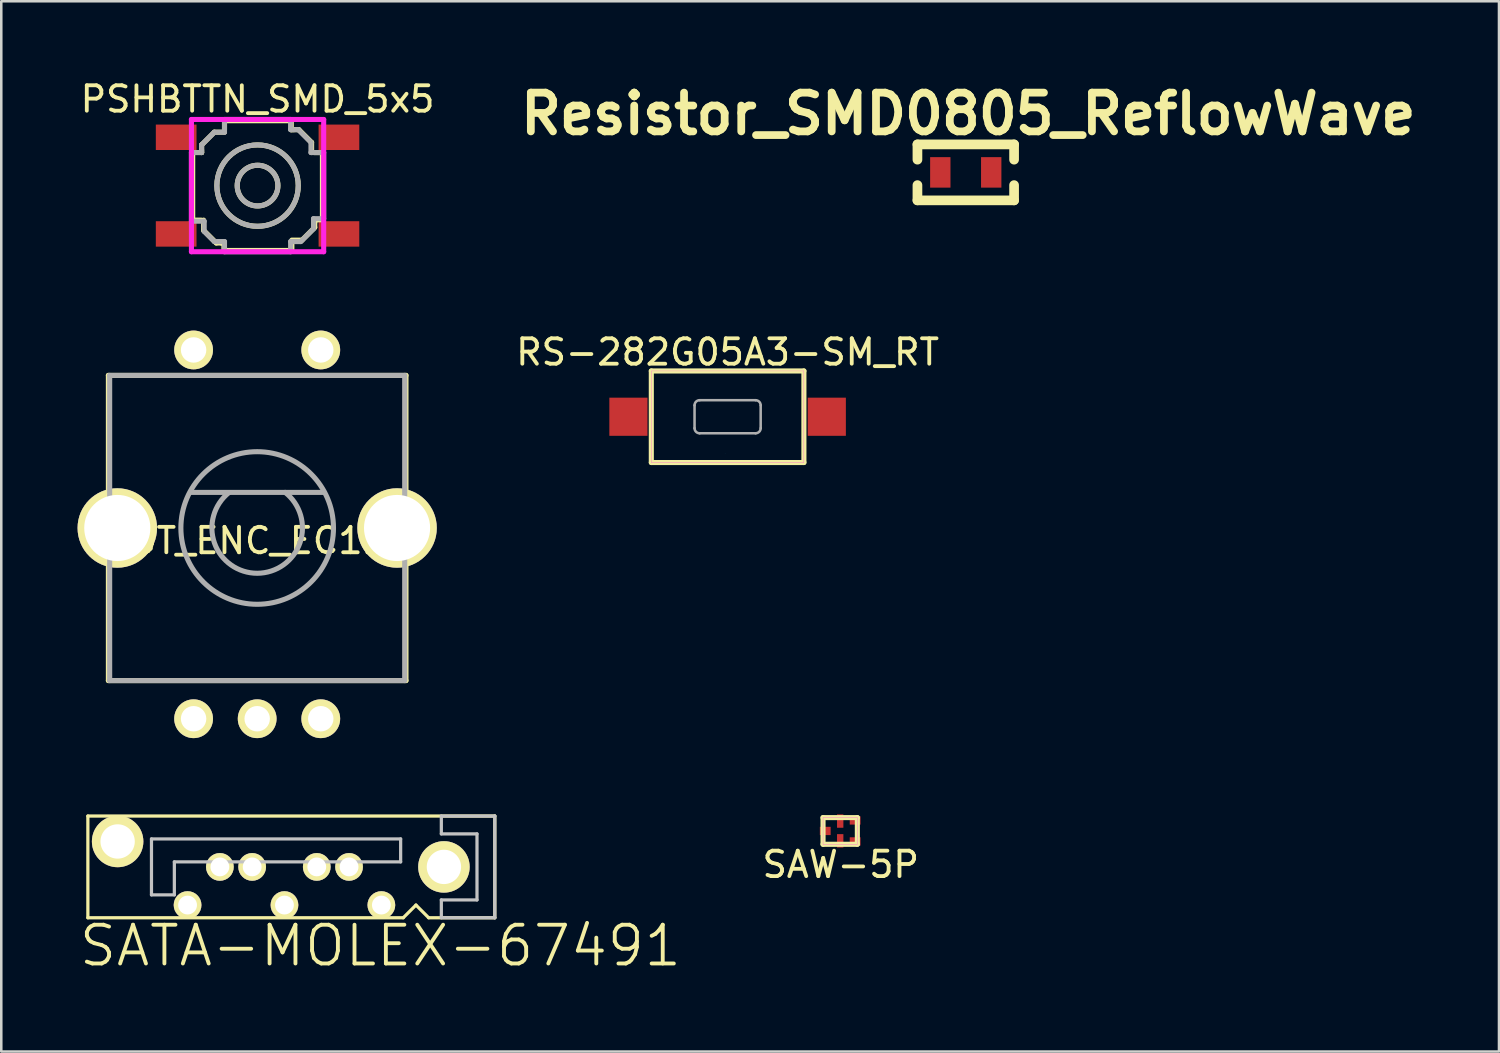
<source format=kicad_pcb>
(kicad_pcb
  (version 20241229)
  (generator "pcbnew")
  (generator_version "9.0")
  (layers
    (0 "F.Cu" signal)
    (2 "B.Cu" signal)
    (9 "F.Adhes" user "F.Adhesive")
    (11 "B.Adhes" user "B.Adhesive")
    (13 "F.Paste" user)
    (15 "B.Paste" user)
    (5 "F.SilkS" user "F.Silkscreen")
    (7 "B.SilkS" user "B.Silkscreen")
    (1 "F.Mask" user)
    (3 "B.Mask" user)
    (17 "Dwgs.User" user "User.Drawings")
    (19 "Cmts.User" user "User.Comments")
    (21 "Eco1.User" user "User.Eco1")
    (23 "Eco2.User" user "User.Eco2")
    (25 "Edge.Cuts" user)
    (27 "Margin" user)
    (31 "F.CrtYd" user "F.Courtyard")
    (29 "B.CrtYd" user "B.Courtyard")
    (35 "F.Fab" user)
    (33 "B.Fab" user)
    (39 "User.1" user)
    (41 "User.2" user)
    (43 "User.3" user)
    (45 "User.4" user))
  (footprint "PSHBTTN_SMD_5x5"
    (layer "F.Cu")
    (at 7.077 4.248)
    (property "Reference" "PSHBTTN_SMD_5x5" (at 0 -3.4 0) (layer "F.SilkS") (effects (font (size 1 1) (thickness 0.15))))
    (attr through_hole)
    (fp_line (start -2.55 1.3) (end -2.55 -1.3) (stroke (width 0.2) (type solid)) (layer "F.SilkS"))
    (fp_line (start -2.522 1.357) (end -2.222 1.357) (stroke (width 0.2) (type solid)) (layer "F.SilkS"))
    (fp_line (start -2.2 -1.6) (end -2.2 -1.3) (stroke (width 0.2) (type solid)) (layer "F.SilkS"))
    (fp_line (start -2.2 -1.4) (end -2.2 -1.3) (stroke (width 0.2) (type solid)) (layer "F.SilkS"))
    (fp_line (start -2.2 -1.3) (end -2.5 -1.3) (stroke (width 0.2) (type solid)) (layer "F.SilkS"))
    (fp_line (start -2.122 1.357) (end -2.122 1.757) (stroke (width 0.2) (type solid)) (layer "F.SilkS"))
    (fp_line (start -2.122 1.757) (end -1.622 2.257) (stroke (width 0.2) (type solid)) (layer "F.SilkS"))
    (fp_line (start -1.7 -2.1) (end -2.2 -1.6) (stroke (width 0.2) (type solid)) (layer "F.SilkS"))
    (fp_line (start -1.622 2.257) (end -1.322 2.257) (stroke (width 0.2) (type solid)) (layer "F.SilkS"))
    (fp_line (start -1.422 2.257) (end -1.322 2.257) (stroke (width 0.2) (type solid)) (layer "F.SilkS"))
    (fp_line (start -1.322 2.257) (end -1.322 2.557) (stroke (width 0.2) (type solid)) (layer "F.SilkS"))
    (fp_line (start -1.3 -2.55) (end 1.3 -2.55) (stroke (width 0.2) (type solid)) (layer "F.SilkS"))
    (fp_line (start -1.3 -2.5) (end -1.3 -2.2) (stroke (width 0.2) (type solid)) (layer "F.SilkS"))
    (fp_line (start -1.3 -2.1) (end -1.7 -2.1) (stroke (width 0.2) (type solid)) (layer "F.SilkS"))
    (fp_line (start -1.3 2.55) (end 1.3 2.55) (stroke (width 0.2) (type solid)) (layer "F.SilkS"))
    (fp_line (start 1.325 -2.199) (end 1.325 -2.499) (stroke (width 0.2) (type solid)) (layer "F.SilkS"))
    (fp_line (start 1.349 2.143) (end 1.749 2.143) (stroke (width 0.2) (type solid)) (layer "F.SilkS"))
    (fp_line (start 1.349 2.543) (end 1.349 2.243) (stroke (width 0.2) (type solid)) (layer "F.SilkS"))
    (fp_line (start 1.425 -2.199) (end 1.325 -2.199) (stroke (width 0.2) (type solid)) (layer "F.SilkS"))
    (fp_line (start 1.625 -2.199) (end 1.325 -2.199) (stroke (width 0.2) (type solid)) (layer "F.SilkS"))
    (fp_line (start 1.749 2.143) (end 2.249 1.643) (stroke (width 0.2) (type solid)) (layer "F.SilkS"))
    (fp_line (start 2.125 -1.699) (end 1.625 -2.199) (stroke (width 0.2) (type solid)) (layer "F.SilkS"))
    (fp_line (start 2.125 -1.299) (end 2.125 -1.699) (stroke (width 0.2) (type solid)) (layer "F.SilkS"))
    (fp_line (start 2.249 1.343) (end 2.549 1.343) (stroke (width 0.2) (type solid)) (layer "F.SilkS"))
    (fp_line (start 2.249 1.443) (end 2.249 1.343) (stroke (width 0.2) (type solid)) (layer "F.SilkS"))
    (fp_line (start 2.249 1.643) (end 2.249 1.343) (stroke (width 0.2) (type solid)) (layer "F.SilkS"))
    (fp_line (start 2.525 -1.299) (end 2.225 -1.299) (stroke (width 0.2) (type solid)) (layer "F.SilkS"))
    (fp_line (start 2.55 1.3) (end 2.55 -1.3) (stroke (width 0.2) (type solid)) (layer "F.SilkS"))
    (fp_circle (center 0 0) (end 0 -1.6) (stroke (width 0.2) (type solid)) (fill no) (layer "F.SilkS"))
    (fp_circle (center 0 0) (end 0 -0.8) (stroke (width 0.2) (type solid)) (fill no) (layer "F.SilkS"))
    (fp_line (start -2.6 -2.6) (end -2.6 2.6) (stroke (width 0.2) (type solid)) (layer "F.CrtYd"))
    (fp_line (start -2.6 2.6) (end 2.6 2.6) (stroke (width 0.2) (type solid)) (layer "F.CrtYd"))
    (fp_line (start 2.6 -2.6) (end -2.6 -2.6) (stroke (width 0.2) (type solid)) (layer "F.CrtYd"))
    (fp_line (start 2.6 2.6) (end 2.6 -2.6) (stroke (width 0.2) (type solid)) (layer "F.CrtYd"))
    (fp_line (start -2.6 -1.3) (end -2.6 1.4) (stroke (width 0.2) (type solid)) (layer "F.Fab"))
    (fp_line (start -2.6 1.4) (end -2.1 1.4) (stroke (width 0.2) (type solid)) (layer "F.Fab"))
    (fp_line (start -2.2 -1.6) (end -2.2 -1.3) (stroke (width 0.2) (type solid)) (layer "F.Fab"))
    (fp_line (start -2.2 -1.3) (end -2.6 -1.3) (stroke (width 0.2) (type solid)) (layer "F.Fab"))
    (fp_line (start -2.1 1.4) (end -2.1 1.8) (stroke (width 0.2) (type solid)) (layer "F.Fab"))
    (fp_line (start -2.1 1.8) (end -1.7 2.2) (stroke (width 0.2) (type solid)) (layer "F.Fab"))
    (fp_line (start -1.7 -2.1) (end -2.2 -1.6) (stroke (width 0.2) (type solid)) (layer "F.Fab"))
    (fp_line (start -1.7 2.2) (end -1.3 2.2) (stroke (width 0.2) (type solid)) (layer "F.Fab"))
    (fp_line (start -1.3 -2.6) (end -1.3 -2.1) (stroke (width 0.2) (type solid)) (layer "F.Fab"))
    (fp_line (start -1.3 -2.1) (end -1.7 -2.1) (stroke (width 0.2) (type solid)) (layer "F.Fab"))
    (fp_line (start -1.3 2.2) (end -1.3 2.6) (stroke (width 0.2) (type solid)) (layer "F.Fab"))
    (fp_line (start -1.3 2.6) (end 1.3 2.6) (stroke (width 0.2) (type solid)) (layer "F.Fab"))
    (fp_line (start 1.3 -2.6) (end -1.3 -2.6) (stroke (width 0.2) (type solid)) (layer "F.Fab"))
    (fp_line (start 1.3 -2.2) (end 1.3 -2.6) (stroke (width 0.2) (type solid)) (layer "F.Fab"))
    (fp_line (start 1.3 2.2) (end 1.7 2.2) (stroke (width 0.2) (type solid)) (layer "F.Fab"))
    (fp_line (start 1.3 2.6) (end 1.3 2.2) (stroke (width 0.2) (type solid)) (layer "F.Fab"))
    (fp_line (start 1.6 -2.2) (end 1.3 -2.2) (stroke (width 0.2) (type solid)) (layer "F.Fab"))
    (fp_line (start 1.7 2.2) (end 2.2 1.7) (stroke (width 0.2) (type solid)) (layer "F.Fab"))
    (fp_line (start 2.1 -1.7) (end 1.6 -2.2) (stroke (width 0.2) (type solid)) (layer "F.Fab"))
    (fp_line (start 2.1 -1.3) (end 2.1 -1.7) (stroke (width 0.2) (type solid)) (layer "F.Fab"))
    (fp_line (start 2.2 1.3) (end 2.6 1.3) (stroke (width 0.2) (type solid)) (layer "F.Fab"))
    (fp_line (start 2.2 1.7) (end 2.2 1.3) (stroke (width 0.2) (type solid)) (layer "F.Fab"))
    (fp_line (start 2.6 -1.3) (end 2.1 -1.3) (stroke (width 0.2) (type solid)) (layer "F.Fab"))
    (fp_line (start 2.6 1.3) (end 2.6 -1.3) (stroke (width 0.2) (type solid)) (layer "F.Fab"))
    (fp_circle (center 0 0) (end 0 -1.6) (stroke (width 0.2) (type solid)) (fill no) (layer "F.Fab"))
    (fp_circle (center 0 0) (end 0 -0.8) (stroke (width 0.2) (type solid)) (fill no) (layer "F.Fab"))
    (pad "1" smd rect (at -3.2 -1.9) (size 1.6 1) (layers "F.Cu" "F.Mask" "F.Paste"))
    (pad "1" smd rect (at 3.2 -1.9) (size 1.6 1) (layers "F.Cu" "F.Mask" "F.Paste"))
    (pad "2" smd rect (at -3.2 1.9) (size 1.6 1) (layers "F.Cu" "F.Mask" "F.Paste"))
    (pad "2" smd rect (at 3.2 1.9) (size 1.6 1) (layers "F.Cu" "F.Mask" "F.Paste")))
  (footprint "SATA-MOLEX-67491"
    (layer "F.Cu")
    (at 8.405 31.036)
    (property "Reference" "SATA-MOLEX-67491" (at 3.5 3.1 0) (layer "F.SilkS") (effects (font (size 1.524 1.524) (thickness 0.152))))
    (attr exclude_from_pos_files exclude_from_bom)
    (fp_line (start -8 -2) (end -8 2) (stroke (width 0.127) (type solid)) (layer "F.SilkS"))
    (fp_line (start -8 2) (end 4.4 2) (stroke (width 0.127) (type solid)) (layer "F.SilkS"))
    (fp_line (start 4.4 2) (end 4.9 1.5) (stroke (width 0.127) (type solid)) (layer "F.SilkS"))
    (fp_line (start 4.9 1.5) (end 5.4 2) (stroke (width 0.127) (type solid)) (layer "F.SilkS"))
    (fp_line (start 5.4 2) (end 8 2) (stroke (width 0.127) (type solid)) (layer "F.SilkS"))
    (fp_line (start 8 -2) (end -8 -2) (stroke (width 0.127) (type solid)) (layer "F.SilkS"))
    (fp_line (start 8 2) (end 8 -2) (stroke (width 0.127) (type solid)) (layer "F.SilkS"))
    (fp_line (start -5.499 -1.1) (end -5.499 1.1) (stroke (width 0.127) (type solid)) (layer "Dwgs.User"))
    (fp_line (start -5.499 1.1) (end -4.6 1.1) (stroke (width 0.127) (type solid)) (layer "Dwgs.User"))
    (fp_line (start -4.6 -0.198) (end 4.298 -0.198) (stroke (width 0.127) (type solid)) (layer "Dwgs.User"))
    (fp_line (start -4.6 1.1) (end -4.6 -0.198) (stroke (width 0.127) (type solid)) (layer "Dwgs.User"))
    (fp_line (start 4.298 -1.1) (end -5.499 -1.1) (stroke (width 0.127) (type solid)) (layer "Dwgs.User"))
    (fp_line (start 4.298 -0.198) (end 4.298 -1.1) (stroke (width 0.127) (type solid)) (layer "Dwgs.User"))
    (fp_line (start 5.898 -1.999) (end 5.898 -1.298) (stroke (width 0.127) (type solid)) (layer "Dwgs.User"))
    (fp_line (start 5.898 -1.298) (end 7.3 -1.298) (stroke (width 0.127) (type solid)) (layer "Dwgs.User"))
    (fp_line (start 5.898 1.298) (end 5.898 1.999) (stroke (width 0.127) (type solid)) (layer "Dwgs.User"))
    (fp_line (start 5.898 1.999) (end 7.998 1.999) (stroke (width 0.127) (type solid)) (layer "Dwgs.User"))
    (fp_line (start 7.3 -1.298) (end 7.3 1.298) (stroke (width 0.127) (type solid)) (layer "Dwgs.User"))
    (fp_line (start 7.3 1.298) (end 5.898 1.298) (stroke (width 0.127) (type solid)) (layer "Dwgs.User"))
    (fp_line (start 7.998 -1.999) (end 5.898 -1.999) (stroke (width 0.127) (type solid)) (layer "Dwgs.User"))
    (fp_line (start 8 2) (end 8 -2) (stroke (width 0.127) (type solid)) (layer "Dwgs.User"))
    (pad "1" thru_hole circle (at 3.54 1.5) (size 1.09 1.09) (drill 0.74) (layers "*.Cu" "*.Mask" "F.SilkS"))
    (pad "2" thru_hole circle (at 2.27 0) (size 1.09 1.09) (drill 0.74) (layers "*.Cu" "*.Mask" "F.SilkS"))
    (pad "3" thru_hole circle (at 1 0) (size 1.09 1.09) (drill 0.74) (layers "*.Cu" "*.Mask" "F.SilkS"))
    (pad "4" thru_hole circle (at -0.27 1.5) (size 1.09 1.09) (drill 0.74) (layers "*.Cu" "*.Mask" "F.SilkS"))
    (pad "5" thru_hole circle (at -1.54 0) (size 1.09 1.09) (drill 0.74) (layers "*.Cu" "*.Mask" "F.SilkS"))
    (pad "6" thru_hole circle (at -2.81 0) (size 1.09 1.09) (drill 0.74) (layers "*.Cu" "*.Mask" "F.SilkS"))
    (pad "7" thru_hole circle (at -4.08 1.5) (size 1.09 1.09) (drill 0.74) (layers "*.Cu" "*.Mask" "F.SilkS"))
    (pad "P1" thru_hole circle (at 6 0) (size 2.024 2.024) (drill 1.35) (layers "*.Cu" "*.Mask" "F.SilkS"))
    (pad "P2" thru_hole circle (at -6.83 -1) (size 2.024 2.024) (drill 1.35) (layers "*.Cu" "*.Mask" "F.SilkS")))
  (footprint "Resistor_SMD0805_ReflowWave"
    (layer "F.Cu")
    (at 34.923 3.728)
    (property "Reference" "Resistor_SMD0805_ReflowWave" (at 0.099 -2.301 0) (layer "F.SilkS") (effects (font (size 1.524 1.524) (thickness 0.305))))
    (attr smd)
    (fp_line (start -1.9 -1.1) (end -1.9 -0.5) (stroke (width 0.381) (type solid)) (layer "F.SilkS"))
    (fp_line (start -1.9 0.5) (end -1.9 1.1) (stroke (width 0.381) (type solid)) (layer "F.SilkS"))
    (fp_line (start -1.9 1.1) (end 1.9 1.1) (stroke (width 0.381) (type solid)) (layer "F.SilkS"))
    (fp_line (start 1.9 -1.1) (end -1.9 -1.1) (stroke (width 0.381) (type solid)) (layer "F.SilkS"))
    (fp_line (start 1.9 -0.5) (end 1.9 -1.1) (stroke (width 0.381) (type solid)) (layer "F.SilkS"))
    (fp_line (start 1.9 1.1) (end 1.9 0.5) (stroke (width 0.381) (type solid)) (layer "F.SilkS"))
    (pad "1" smd rect (at -1.001 0) (size 0.8 1.199) (layers "F.Cu" "F.Mask" "F.Paste"))
    (pad "2" smd rect (at 1.001 0) (size 0.8 1.199) (layers "F.Cu" "F.Mask" "F.Paste")))
  (footprint "SAW-5P"
    (layer "F.Cu")
    (at 29.398 29.622)
    (property "Reference" "SAW-5P" (at 0.61 1.321 0) (layer "F.SilkS") (effects (font (size 1 1) (thickness 0.15))))
    (attr through_hole)
    (fp_line (start -0.087 -0.525) (end -0.087 0.525) (stroke (width 0.2) (type solid)) (layer "F.SilkS"))
    (fp_line (start -0.087 0.525) (end 1.262 0.525) (stroke (width 0.2) (type solid)) (layer "F.SilkS"))
    (fp_line (start 1.262 -0.525) (end -0.087 -0.525) (stroke (width 0.2) (type solid)) (layer "F.SilkS"))
    (fp_line (start 1.262 0.525) (end 1.262 -0.525) (stroke (width 0.2) (type solid)) (layer "F.SilkS"))
    (fp_line (start -0.087 -0.525) (end -0.087 0.525) (stroke (width 0.01) (type solid)) (layer "F.CrtYd"))
    (fp_line (start -0.087 0.525) (end 1.262 0.525) (stroke (width 0.01) (type solid)) (layer "F.CrtYd"))
    (fp_line (start 1.262 -0.525) (end -0.087 -0.525) (stroke (width 0.01) (type solid)) (layer "F.CrtYd"))
    (fp_line (start 1.262 0.525) (end 1.262 -0.525) (stroke (width 0.01) (type solid)) (layer "F.CrtYd"))
    (pad "1" smd rect (at 0 0) (size 0.425 0.325) (layers "F.Cu" "F.Mask" "F.Paste"))
    (pad "2" smd rect (at 0.588 0.388) (size 0.25 0.525) (layers "F.Cu" "F.Mask" "F.Paste"))
    (pad "3" smd rect (at 1.175 0.412) (size 0.425 0.325) (layers "F.Cu" "F.Mask" "F.Paste"))
    (pad "4" smd rect (at 1.175 -0.412) (size 0.425 0.325) (layers "F.Cu" "F.Mask" "F.Paste"))
    (pad "5" smd rect (at 0.588 -0.388) (size 0.25 0.525) (layers "F.Cu" "F.Mask" "F.Paste")))
  (footprint "ROT_ENC_EC11E"
    (layer "F.Cu")
    (at 7.062 17.71)
    (property "Reference" "ROT_ENC_EC11E" (at 0 0.5 0) (layer "F.SilkS") (effects (font (size 1 1) (thickness 0.15))))
    (attr through_hole)
    (fp_line (start -5.85 -6) (end -5.85 6) (stroke (width 0.2) (type solid)) (layer "F.SilkS"))
    (fp_line (start -5.85 6) (end 5.85 6) (stroke (width 0.2) (type solid)) (layer "F.SilkS"))
    (fp_line (start 5.85 -6) (end -5.85 -6) (stroke (width 0.2) (type solid)) (layer "F.SilkS"))
    (fp_line (start 5.85 6) (end 5.85 -6) (stroke (width 0.2) (type solid)) (layer "F.SilkS"))
    (fp_line (start -5.8 -6) (end -5.8 6) (stroke (width 0.2) (type solid)) (layer "F.Fab"))
    (fp_line (start -5.8 6) (end 5.8 6) (stroke (width 0.2) (type solid)) (layer "F.Fab"))
    (fp_line (start -2.6 -1.4) (end 2.6 -1.4) (stroke (width 0.2) (type solid)) (layer "F.Fab"))
    (fp_line (start 5.8 -6) (end -5.8 -6) (stroke (width 0.2) (type solid)) (layer "F.Fab"))
    (fp_line (start 5.8 6) (end 5.8 -6) (stroke (width 0.2) (type solid)) (layer "F.Fab"))
    (fp_arc (start 1.1 -1.4) (mid 0.007809 1.780432) (end -1.112238 -1.390297) (stroke (width 0.2) (type solid)) (layer "F.Fab"))
    (fp_circle (center 0 0) (end 0 -3) (stroke (width 0.2) (type solid)) (fill no) (layer "F.Fab"))
    (pad "A" thru_hole circle (at -2.5 7.5) (size 1.524 1.524) (drill 1) (layers "*.Cu" "*.Mask" "F.SilkS"))
    (pad "B" thru_hole circle (at 2.5 7.5) (size 1.524 1.524) (drill 1) (layers "*.Cu" "*.Mask" "F.SilkS"))
    (pad "C" thru_hole circle (at 0 7.5) (size 1.524 1.524) (drill 1) (layers "*.Cu" "*.Mask" "F.SilkS"))
    (pad "D" thru_hole circle (at -2.5 -7) (size 1.524 1.524) (drill 1) (layers "*.Cu" "*.Mask" "F.SilkS"))
    (pad "E" thru_hole circle (at 2.5 -7) (size 1.524 1.524) (drill 1) (layers "*.Cu" "*.Mask" "F.SilkS"))
    (pad "MP" thru_hole circle (at -5.5 0) (size 3.124 3.124) (drill 2.6) (layers "*.Cu" "*.Mask" "F.SilkS"))
    (pad "MP" thru_hole circle (at 5.5 0) (size 3.124 3.124) (drill 2.6) (layers "*.Cu" "*.Mask" "F.SilkS")))
  (footprint "RS-282G05A3-SM_RT"
    (layer "F.Cu")
    (at 25.559 13.336)
    (property "Reference" "RS-282G05A3-SM_RT" (at 0 -2.54 0) (layer "F.SilkS") (effects (font (size 1 1) (thickness 0.15))))
    (attr through_hole)
    (fp_line (start -3 -1.8) (end -3 1.8) (stroke (width 0.2) (type solid)) (layer "F.SilkS"))
    (fp_line (start -3 -1.8) (end 3 -1.8) (stroke (width 0.2) (type solid)) (layer "F.SilkS"))
    (fp_line (start -3 1.8) (end 3 1.8) (stroke (width 0.2) (type solid)) (layer "F.SilkS"))
    (fp_line (start 3 -1.8) (end 3 1.8) (stroke (width 0.2) (type solid)) (layer "F.SilkS"))
    (fp_line (start -0.1 1.45) (end -0.1 1.45) (stroke (width 0.01) (type solid)) (layer "B.CrtYd"))
    (fp_line (start -3 -1.8) (end -3 1.8) (stroke (width 0.01) (type solid)) (layer "F.CrtYd"))
    (fp_line (start -3 -1.8) (end 3 -1.8) (stroke (width 0.01) (type solid)) (layer "F.CrtYd"))
    (fp_line (start -3 1.8) (end 3 1.8) (stroke (width 0.01) (type solid)) (layer "F.CrtYd"))
    (fp_line (start 3 -1.8) (end 3 1.8) (stroke (width 0.01) (type solid)) (layer "F.CrtYd"))
    (fp_line (start -1.3 -0.45) (end -1.3 0.45) (stroke (width 0.1) (type solid)) (layer "F.Fab"))
    (fp_line (start -1.1 -0.65) (end 1.1 -0.65) (stroke (width 0.1) (type solid)) (layer "F.Fab"))
    (fp_line (start -1.1 0.65) (end 1.1 0.65) (stroke (width 0.1) (type solid)) (layer "F.Fab"))
    (fp_line (start 1.3 -0.45) (end 1.3 0.45) (stroke (width 0.1) (type solid)) (layer "F.Fab"))
    (fp_arc (start -1.3 -0.45) (mid -1.241421 -0.591421) (end -1.1 -0.65) (stroke (width 0.1) (type solid)) (layer "F.Fab"))
    (fp_arc (start -1.1 0.65) (mid -1.241421 0.591421) (end -1.3 0.45) (stroke (width 0.1) (type solid)) (layer "F.Fab"))
    (fp_arc (start 1.1 -0.65) (mid 1.241421 -0.591421) (end 1.3 -0.45) (stroke (width 0.1) (type solid)) (layer "F.Fab"))
    (fp_arc (start 1.3 0.45) (mid 1.241421 0.591421) (end 1.1 0.65) (stroke (width 0.1) (type solid)) (layer "F.Fab"))
    (pad "1" smd rect (at -3.9 0) (size 1.5 1.5) (layers "F.Cu" "F.Mask" "F.Paste"))
    (pad "2" smd rect (at 3.9 0) (size 1.5 1.5) (layers "F.Cu" "F.Mask" "F.Paste")))
  (gr_rect
    (start -3 -3)
    (end 55.889 38.295)
    (stroke (width 0.1) (type default))
    (fill no)
    (layer "Edge.Cuts")))
</source>
